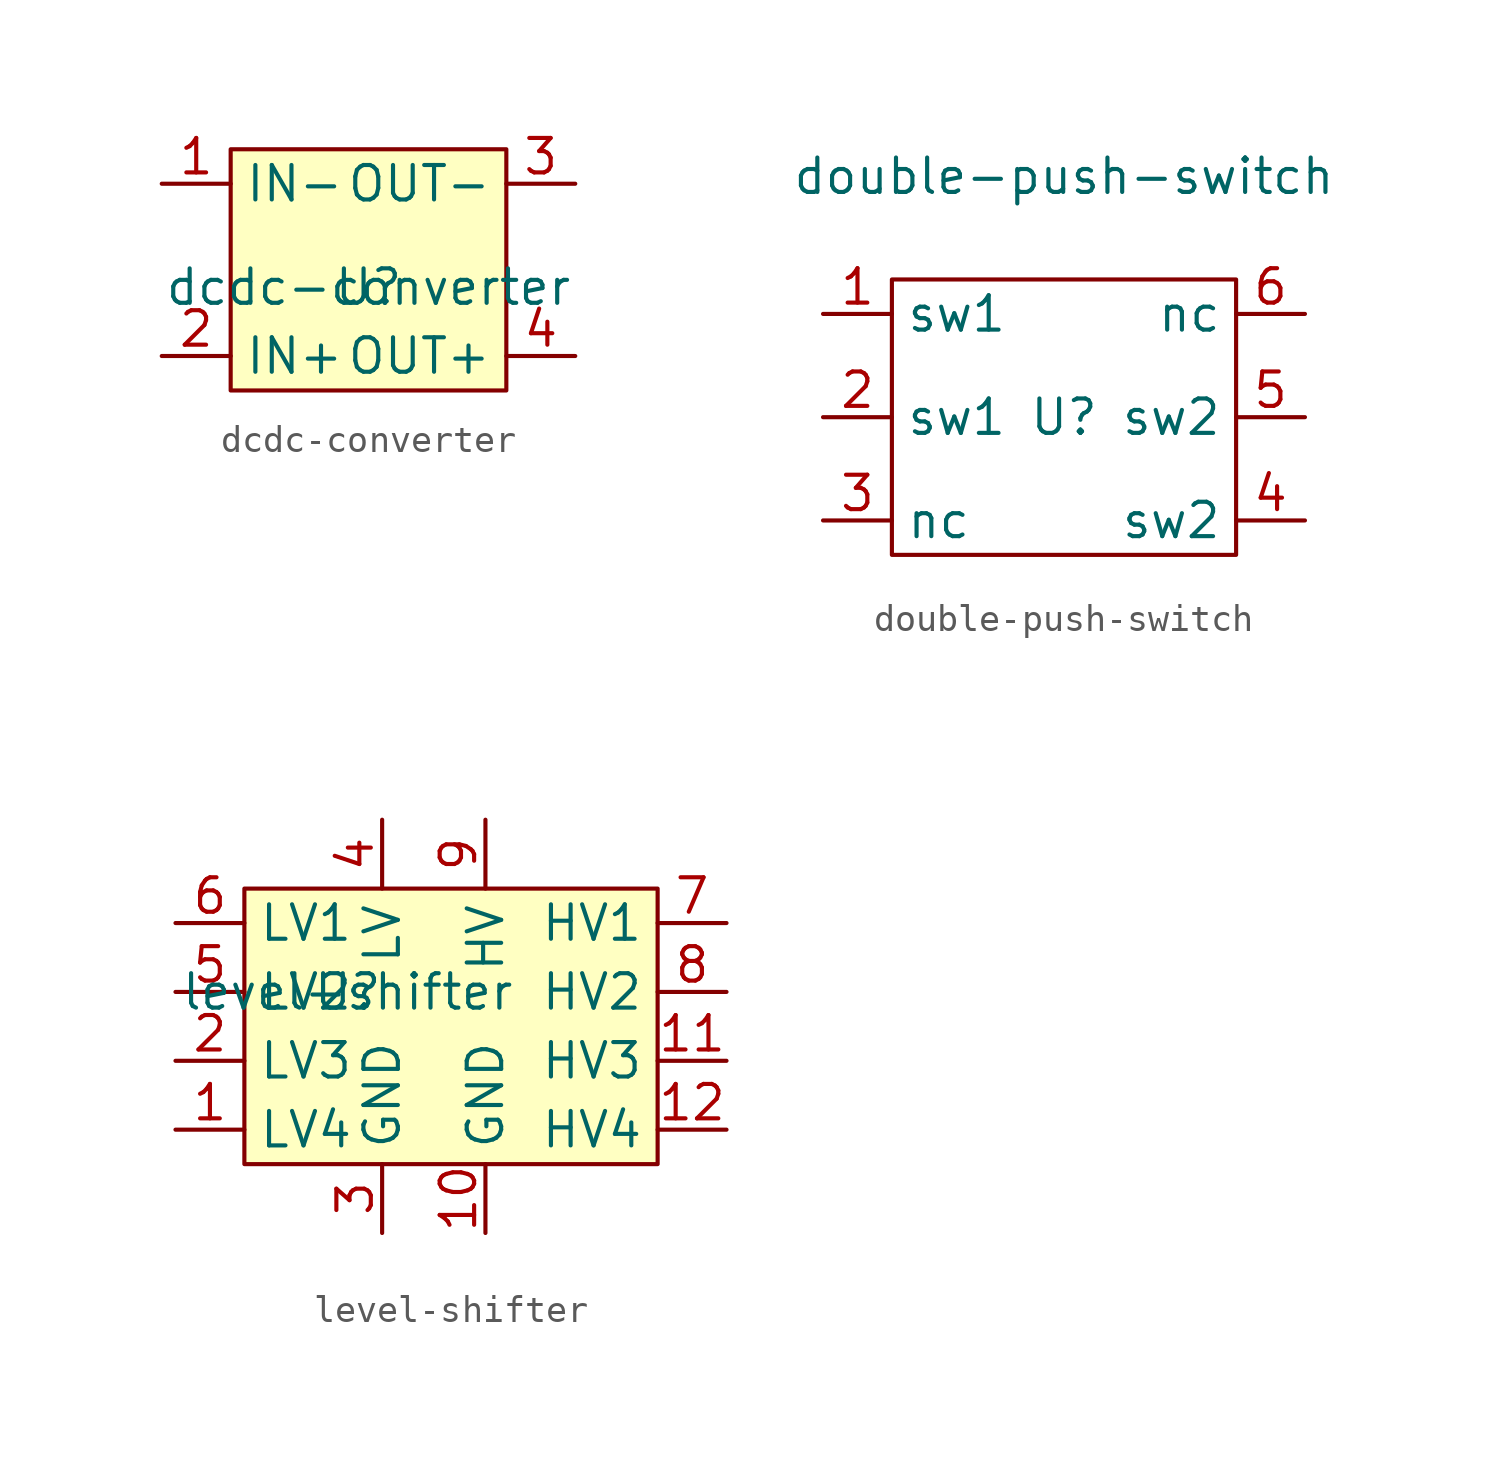
<source format=kicad_sym>
(kicad_symbol_lib
  (version 20211014)
  (generator kicad_symbol_editor)
  (symbol "dcdc-converter"
    (property "Reference" "U"
      (at 0 0 0)
      (effects (font (size 1.27 1.27))))
    (property "Value" "dcdc-converter"
      (at 0 0 0)
      (effects (font (size 1.27 1.27))))
    (symbol "dcdc-converter_0_1"
      (rectangle (start 5.08 -3.81) (end -5.08 5.08) (stroke (width 0) (type default) (color 0 0 0 0)) (fill (type background))))
    (symbol "dcdc-converter_1_1"
      (pin power_in line (at -7.62 3.81 0) (length 2.54) (name "IN-" (effects (font (size 1.27 1.27)))) (number "1" (effects (font (size 1.27 1.27)))))
      (pin power_in line (at -7.62 -2.54 0) (length 2.54) (name "IN+" (effects (font (size 1.27 1.27)))) (number "2" (effects (font (size 1.27 1.27)))))
      (pin power_out line (at 7.62 3.81 180) (length 2.54) (name "OUT-" (effects (font (size 1.27 1.27)))) (number "3" (effects (font (size 1.27 1.27)))))
      (pin power_out line (at 7.62 -2.54 180) (length 2.54) (name "OUT+" (effects (font (size 1.27 1.27)))) (number "4" (effects (font (size 1.27 1.27)))))))
  (symbol "double-push-switch"
    (property "Reference" "U"
      (at 0 0 0)
      (effects (font (size 1.27 1.27))))
    (property "Value" "double-push-switch"
      (at 0 8.89 0)
      (effects (font (size 1.27 1.27))))
    (symbol "double-push-switch_0_1"
      (rectangle (start -6.35 5.08) (end 6.35 -5.08) (stroke (width 0) (type default) (color 0 0 0 0)) (fill (type none))))
    (symbol "double-push-switch_1_1"
      (pin power_out line (at -8.89 3.81 0) (length 2.54) (name "sw1" (effects (font (size 1.27 1.27)))) (number "1" (effects (font (size 1.27 1.27)))))
      (pin power_in line (at -8.89 0 0) (length 2.54) (name "sw1" (effects (font (size 1.27 1.27)))) (number "2" (effects (font (size 1.27 1.27)))))
      (pin free line (at -8.89 -3.81 0) (length 2.54) (name "nc" (effects (font (size 1.27 1.27)))) (number "3" (effects (font (size 1.27 1.27)))))
      (pin power_out line (at 8.89 -3.81 180) (length 2.54) (name "sw2" (effects (font (size 1.27 1.27)))) (number "4" (effects (font (size 1.27 1.27)))))
      (pin power_in line (at 8.89 0 180) (length 2.54) (name "sw2" (effects (font (size 1.27 1.27)))) (number "5" (effects (font (size 1.27 1.27)))))
      (pin free line (at 8.89 3.81 180) (length 2.54) (name "nc" (effects (font (size 1.27 1.27)))) (number "6" (effects (font (size 1.27 1.27)))))))
  (symbol "level-shifter"
    (property "Reference" "U"
      (at 0 0 0)
      (effects (font (size 1.27 1.27))))
    (property "Value" "level-shifter"
      (at 0 0 0)
      (effects (font (size 1.27 1.27))))
    (symbol "level-shifter_0_1"
      (rectangle (start -3.81 3.81) (end 11.43 -6.35) (stroke (width 0) (type default) (color 0 0 0 0)) (fill (type background))))
    (symbol "level-shifter_1_1"
      (pin bidirectional line (at -6.35 -5.08 0) (length 2.54) (name "LV4" (effects (font (size 1.27 1.27)))) (number "1" (effects (font (size 1.27 1.27)))))
      (pin power_in line (at 5.08 -8.89 90) (length 2.54) (name "GND" (effects (font (size 1.27 1.27)))) (number "10" (effects (font (size 1.27 1.27)))))
      (pin bidirectional line (at 13.97 -2.54 180) (length 2.54) (name "HV3" (effects (font (size 1.27 1.27)))) (number "11" (effects (font (size 1.27 1.27)))))
      (pin bidirectional line (at 13.97 -5.08 180) (length 2.54) (name "HV4" (effects (font (size 1.27 1.27)))) (number "12" (effects (font (size 1.27 1.27)))))
      (pin bidirectional line (at -6.35 -2.54 0) (length 2.54) (name "LV3" (effects (font (size 1.27 1.27)))) (number "2" (effects (font (size 1.27 1.27)))))
      (pin power_in line (at 1.27 -8.89 90) (length 2.54) (name "GND" (effects (font (size 1.27 1.27)))) (number "3" (effects (font (size 1.27 1.27)))))
      (pin power_in line (at 1.27 6.35 270) (length 2.54) (name "LV" (effects (font (size 1.27 1.27)))) (number "4" (effects (font (size 1.27 1.27)))))
      (pin bidirectional line (at -6.35 0 0) (length 2.54) (name "LV2" (effects (font (size 1.27 1.27)))) (number "5" (effects (font (size 1.27 1.27)))))
      (pin bidirectional line (at -6.35 2.54 0) (length 2.54) (name "LV1" (effects (font (size 1.27 1.27)))) (number "6" (effects (font (size 1.27 1.27)))))
      (pin bidirectional line (at 13.97 2.54 180) (length 2.54) (name "HV1" (effects (font (size 1.27 1.27)))) (number "7" (effects (font (size 1.27 1.27)))))
      (pin bidirectional line (at 13.97 0 180) (length 2.54) (name "HV2" (effects (font (size 1.27 1.27)))) (number "8" (effects (font (size 1.27 1.27)))))
      (pin power_in line (at 5.08 6.35 270) (length 2.54) (name "HV" (effects (font (size 1.27 1.27)))) (number "9" (effects (font (size 1.27 1.27))))))))
</source>
